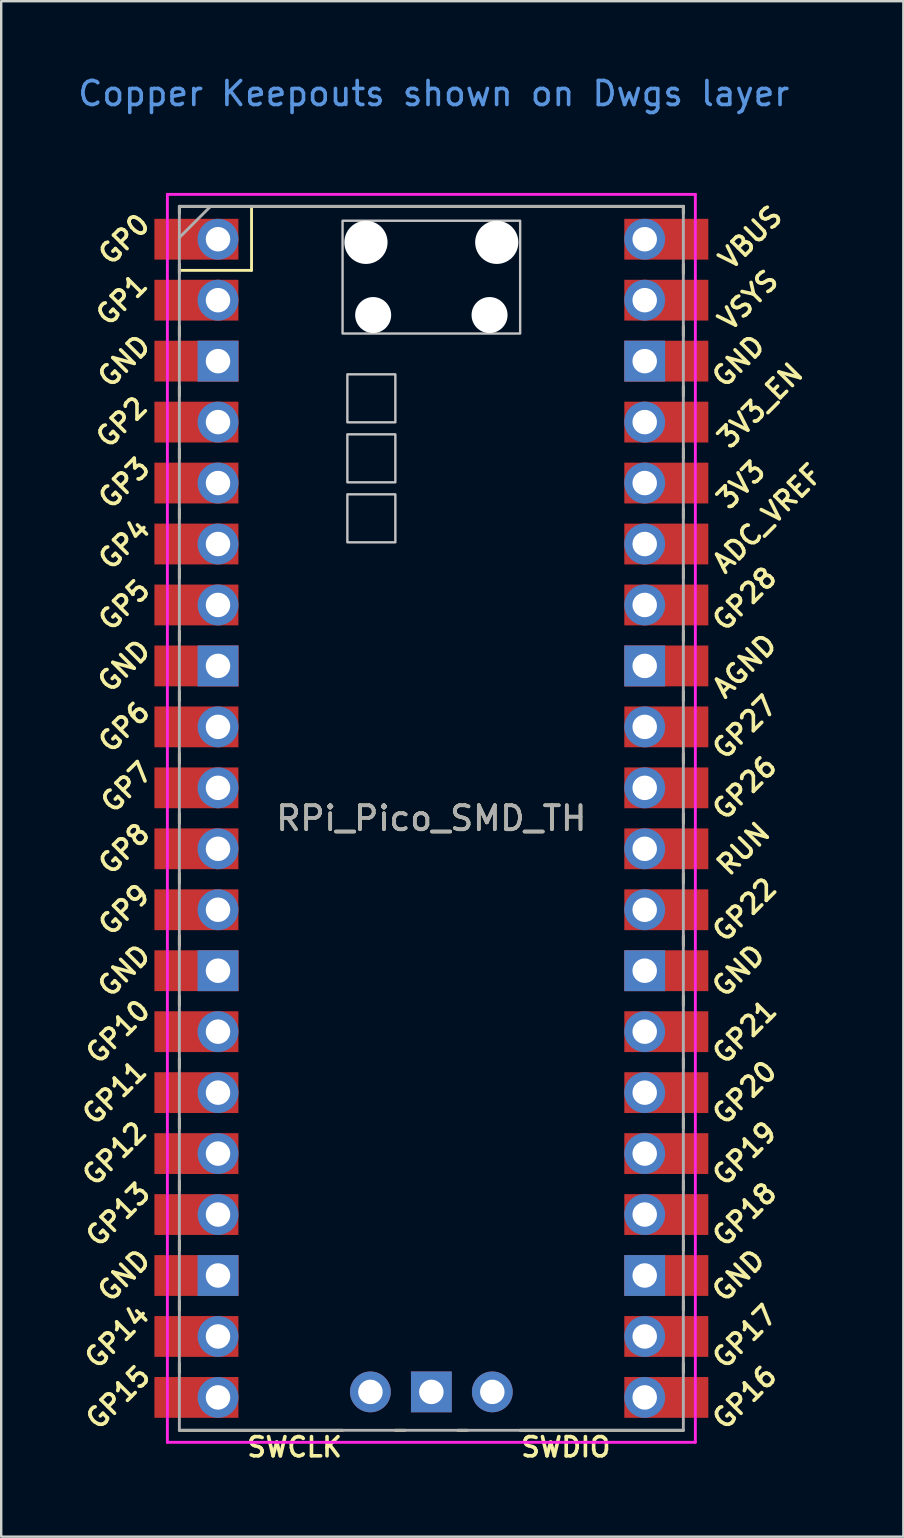
<source format=kicad_pcb>
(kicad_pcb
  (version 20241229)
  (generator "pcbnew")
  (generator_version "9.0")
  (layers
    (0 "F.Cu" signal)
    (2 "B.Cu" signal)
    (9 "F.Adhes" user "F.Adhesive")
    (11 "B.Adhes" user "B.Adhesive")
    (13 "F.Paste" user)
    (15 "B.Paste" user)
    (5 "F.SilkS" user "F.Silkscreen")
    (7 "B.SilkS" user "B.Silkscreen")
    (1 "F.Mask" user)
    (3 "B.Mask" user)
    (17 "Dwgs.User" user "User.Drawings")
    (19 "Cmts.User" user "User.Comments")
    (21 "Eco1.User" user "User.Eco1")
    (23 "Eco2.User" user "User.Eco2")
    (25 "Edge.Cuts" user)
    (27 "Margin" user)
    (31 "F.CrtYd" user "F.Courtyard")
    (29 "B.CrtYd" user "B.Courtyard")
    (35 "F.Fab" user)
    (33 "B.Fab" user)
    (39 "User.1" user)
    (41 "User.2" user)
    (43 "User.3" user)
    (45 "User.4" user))
  (footprint "RPi_Pico_SMD_TH"
    (layer "F.Cu")
    (at 14.924 31.048)
    (property "Reference" "RPi_Pico_SMD_TH" (at 0 0 0) (layer "F.SilkS") (effects (font (size 1 1) (thickness 0.15))))
    (attr through_hole)
    (fp_line (start -10.5 -25.5) (end -10.5 -25.2) (stroke (width 0.12) (type solid)) (layer "F.SilkS"))
    (fp_line (start -10.5 -25.5) (end 10.5 -25.5) (stroke (width 0.12) (type solid)) (layer "F.SilkS"))
    (fp_line (start -10.5 -23.1) (end -10.5 -22.7) (stroke (width 0.12) (type solid)) (layer "F.SilkS"))
    (fp_line (start -10.5 -22.833) (end -7.493 -22.833) (stroke (width 0.12) (type solid)) (layer "F.SilkS"))
    (fp_line (start -10.5 -20.5) (end -10.5 -20.1) (stroke (width 0.12) (type solid)) (layer "F.SilkS"))
    (fp_line (start -10.5 -18) (end -10.5 -17.6) (stroke (width 0.12) (type solid)) (layer "F.SilkS"))
    (fp_line (start -10.5 -15.4) (end -10.5 -15) (stroke (width 0.12) (type solid)) (layer "F.SilkS"))
    (fp_line (start -10.5 -12.9) (end -10.5 -12.5) (stroke (width 0.12) (type solid)) (layer "F.SilkS"))
    (fp_line (start -10.5 -10.4) (end -10.5 -10) (stroke (width 0.12) (type solid)) (layer "F.SilkS"))
    (fp_line (start -10.5 -7.8) (end -10.5 -7.4) (stroke (width 0.12) (type solid)) (layer "F.SilkS"))
    (fp_line (start -10.5 -5.3) (end -10.5 -4.9) (stroke (width 0.12) (type solid)) (layer "F.SilkS"))
    (fp_line (start -10.5 -2.7) (end -10.5 -2.3) (stroke (width 0.12) (type solid)) (layer "F.SilkS"))
    (fp_line (start -10.5 -0.2) (end -10.5 0.2) (stroke (width 0.12) (type solid)) (layer "F.SilkS"))
    (fp_line (start -10.5 2.3) (end -10.5 2.7) (stroke (width 0.12) (type solid)) (layer "F.SilkS"))
    (fp_line (start -10.5 4.9) (end -10.5 5.3) (stroke (width 0.12) (type solid)) (layer "F.SilkS"))
    (fp_line (start -10.5 7.4) (end -10.5 7.8) (stroke (width 0.12) (type solid)) (layer "F.SilkS"))
    (fp_line (start -10.5 10) (end -10.5 10.4) (stroke (width 0.12) (type solid)) (layer "F.SilkS"))
    (fp_line (start -10.5 12.5) (end -10.5 12.9) (stroke (width 0.12) (type solid)) (layer "F.SilkS"))
    (fp_line (start -10.5 15.1) (end -10.5 15.5) (stroke (width 0.12) (type solid)) (layer "F.SilkS"))
    (fp_line (start -10.5 17.6) (end -10.5 18) (stroke (width 0.12) (type solid)) (layer "F.SilkS"))
    (fp_line (start -10.5 20.1) (end -10.5 20.5) (stroke (width 0.12) (type solid)) (layer "F.SilkS"))
    (fp_line (start -10.5 22.7) (end -10.5 23.1) (stroke (width 0.12) (type solid)) (layer "F.SilkS"))
    (fp_line (start -7.493 -22.833) (end -7.493 -25.5) (stroke (width 0.12) (type solid)) (layer "F.SilkS"))
    (fp_line (start -3.7 25.5) (end -10.5 25.5) (stroke (width 0.12) (type solid)) (layer "F.SilkS"))
    (fp_line (start -1.5 25.5) (end -1.1 25.5) (stroke (width 0.12) (type solid)) (layer "F.SilkS"))
    (fp_line (start 1.1 25.5) (end 1.5 25.5) (stroke (width 0.12) (type solid)) (layer "F.SilkS"))
    (fp_line (start 10.5 -25.5) (end 10.5 -25.2) (stroke (width 0.12) (type solid)) (layer "F.SilkS"))
    (fp_line (start 10.5 -23.1) (end 10.5 -22.7) (stroke (width 0.12) (type solid)) (layer "F.SilkS"))
    (fp_line (start 10.5 -20.5) (end 10.5 -20.1) (stroke (width 0.12) (type solid)) (layer "F.SilkS"))
    (fp_line (start 10.5 -18) (end 10.5 -17.6) (stroke (width 0.12) (type solid)) (layer "F.SilkS"))
    (fp_line (start 10.5 -15.4) (end 10.5 -15) (stroke (width 0.12) (type solid)) (layer "F.SilkS"))
    (fp_line (start 10.5 -12.9) (end 10.5 -12.5) (stroke (width 0.12) (type solid)) (layer "F.SilkS"))
    (fp_line (start 10.5 -10.4) (end 10.5 -10) (stroke (width 0.12) (type solid)) (layer "F.SilkS"))
    (fp_line (start 10.5 -7.8) (end 10.5 -7.4) (stroke (width 0.12) (type solid)) (layer "F.SilkS"))
    (fp_line (start 10.5 -5.3) (end 10.5 -4.9) (stroke (width 0.12) (type solid)) (layer "F.SilkS"))
    (fp_line (start 10.5 -2.7) (end 10.5 -2.3) (stroke (width 0.12) (type solid)) (layer "F.SilkS"))
    (fp_line (start 10.5 -0.2) (end 10.5 0.2) (stroke (width 0.12) (type solid)) (layer "F.SilkS"))
    (fp_line (start 10.5 2.3) (end 10.5 2.7) (stroke (width 0.12) (type solid)) (layer "F.SilkS"))
    (fp_line (start 10.5 4.9) (end 10.5 5.3) (stroke (width 0.12) (type solid)) (layer "F.SilkS"))
    (fp_line (start 10.5 7.4) (end 10.5 7.8) (stroke (width 0.12) (type solid)) (layer "F.SilkS"))
    (fp_line (start 10.5 10) (end 10.5 10.4) (stroke (width 0.12) (type solid)) (layer "F.SilkS"))
    (fp_line (start 10.5 12.5) (end 10.5 12.9) (stroke (width 0.12) (type solid)) (layer "F.SilkS"))
    (fp_line (start 10.5 15.1) (end 10.5 15.5) (stroke (width 0.12) (type solid)) (layer "F.SilkS"))
    (fp_line (start 10.5 17.6) (end 10.5 18) (stroke (width 0.12) (type solid)) (layer "F.SilkS"))
    (fp_line (start 10.5 20.1) (end 10.5 20.5) (stroke (width 0.12) (type solid)) (layer "F.SilkS"))
    (fp_line (start 10.5 22.7) (end 10.5 23.1) (stroke (width 0.12) (type solid)) (layer "F.SilkS"))
    (fp_line (start 10.5 25.5) (end 3.7 25.5) (stroke (width 0.12) (type solid)) (layer "F.SilkS"))
    (fp_poly (pts (xy -1.5 -16.5) (xy -3.5 -16.5) (xy -3.5 -18.5) (xy -1.5 -18.5)) (stroke (width 0.1) (type solid)) (fill no) (layer "Dwgs.User"))
    (fp_poly (pts (xy -1.5 -14) (xy -3.5 -14) (xy -3.5 -16) (xy -1.5 -16)) (stroke (width 0.1) (type solid)) (fill no) (layer "Dwgs.User"))
    (fp_poly (pts (xy -1.5 -11.5) (xy -3.5 -11.5) (xy -3.5 -13.5) (xy -1.5 -13.5)) (stroke (width 0.1) (type solid)) (fill no) (layer "Dwgs.User"))
    (fp_poly (pts (xy 3.7 -20.2) (xy -3.7 -20.2) (xy -3.7 -24.9) (xy 3.7 -24.9)) (stroke (width 0.1) (type solid)) (fill no) (layer "Dwgs.User"))
    (fp_line (start -11 -26) (end 11 -26) (stroke (width 0.12) (type solid)) (layer "F.CrtYd"))
    (fp_line (start -11 26) (end -11 -26) (stroke (width 0.12) (type solid)) (layer "F.CrtYd"))
    (fp_line (start 11 -26) (end 11 26) (stroke (width 0.12) (type solid)) (layer "F.CrtYd"))
    (fp_line (start 11 26) (end -11 26) (stroke (width 0.12) (type solid)) (layer "F.CrtYd"))
    (fp_line (start -10.5 -25.5) (end 10.5 -25.5) (stroke (width 0.12) (type solid)) (layer "F.Fab"))
    (fp_line (start -10.5 -24.2) (end -9.2 -25.5) (stroke (width 0.12) (type solid)) (layer "F.Fab"))
    (fp_line (start -10.5 25.5) (end -10.5 -25.5) (stroke (width 0.12) (type solid)) (layer "F.Fab"))
    (fp_line (start 10.5 -25.5) (end 10.5 25.5) (stroke (width 0.12) (type solid)) (layer "F.Fab"))
    (fp_line (start 10.5 25.5) (end -10.5 25.5) (stroke (width 0.12) (type solid)) (layer "F.Fab"))
    (fp_text user "GP20" (at 13.054 11.43 45) (layer "F.SilkS") (effects (font (size 0.8 0.8) (thickness 0.15))))
    (fp_text user "GP17" (at 13.054 21.59 45) (layer "F.SilkS") (effects (font (size 0.8 0.8) (thickness 0.15))))
    (fp_text user "GND" (at 12.8 -19.05 45) (layer "F.SilkS") (effects (font (size 0.8 0.8) (thickness 0.15))))
    (fp_text user "GP21" (at 13.054 8.9 45) (layer "F.SilkS") (effects (font (size 0.8 0.8) (thickness 0.15))))
    (fp_text user "GP10" (at -13.054 8.89 45) (layer "F.SilkS") (effects (font (size 0.8 0.8) (thickness 0.15))))
    (fp_text user "GP19" (at 13.054 13.97 45) (layer "F.SilkS") (effects (font (size 0.8 0.8) (thickness 0.15))))
    (fp_text user "GP18" (at 13.054 16.51 45) (layer "F.SilkS") (effects (font (size 0.8 0.8) (thickness 0.15))))
    (fp_text user "GP22" (at 13.054 3.81 45) (layer "F.SilkS") (effects (font (size 0.8 0.8) (thickness 0.15))))
    (fp_text user "GND" (at 12.8 6.35 45) (layer "F.SilkS") (effects (font (size 0.8 0.8) (thickness 0.15))))
    (fp_text user "SWDIO" (at 5.6 26.2 0) (layer "F.SilkS") (effects (font (size 0.8 0.8) (thickness 0.15))))
    (fp_text user "GP3" (at -12.8 -13.97 45) (layer "F.SilkS") (effects (font (size 0.8 0.8) (thickness 0.15))))
    (fp_text user "GP15" (at -13.054 24.13 45) (layer "F.SilkS") (effects (font (size 0.8 0.8) (thickness 0.15))))
    (fp_text user "GP7" (at -12.7 -1.3 45) (layer "F.SilkS") (effects (font (size 0.8 0.8) (thickness 0.15))))
    (fp_text user "GND" (at 12.8 19.05 45) (layer "F.SilkS") (effects (font (size 0.8 0.8) (thickness 0.15))))
    (fp_text user "GP1" (at -12.9 -21.6 45) (layer "F.SilkS") (effects (font (size 0.8 0.8) (thickness 0.15))))
    (fp_text user "GP9" (at -12.8 3.81 45) (layer "F.SilkS") (effects (font (size 0.8 0.8) (thickness 0.15))))
    (fp_text user "3V3" (at 12.9 -13.9 45) (layer "F.SilkS") (effects (font (size 0.8 0.8) (thickness 0.15))))
    (fp_text user "GP2" (at -12.9 -16.51 45) (layer "F.SilkS") (effects (font (size 0.8 0.8) (thickness 0.15))))
    (fp_text user "GP8" (at -12.8 1.27 45) (layer "F.SilkS") (effects (font (size 0.8 0.8) (thickness 0.15))))
    (fp_text user "VBUS" (at 13.3 -24.2 45) (layer "F.SilkS") (effects (font (size 0.8 0.8) (thickness 0.15))))
    (fp_text user "GP16" (at 13.054 24.13 45) (layer "F.SilkS") (effects (font (size 0.8 0.8) (thickness 0.15))))
    (fp_text user "ADC_VREF" (at 14 -12.5 45) (layer "F.SilkS") (effects (font (size 0.8 0.8) (thickness 0.15))))
    (fp_text user "GP28" (at 13.054 -9.144 45) (layer "F.SilkS") (effects (font (size 0.8 0.8) (thickness 0.15))))
    (fp_text user "GP11" (at -13.2 11.43 45) (layer "F.SilkS") (effects (font (size 0.8 0.8) (thickness 0.15))))
    (fp_text user "GND" (at -12.8 -6.35 45) (layer "F.SilkS") (effects (font (size 0.8 0.8) (thickness 0.15))))
    (fp_text user "GP6" (at -12.8 -3.81 45) (layer "F.SilkS") (effects (font (size 0.8 0.8) (thickness 0.15))))
    (fp_text user "GND" (at -12.8 19.05 45) (layer "F.SilkS") (effects (font (size 0.8 0.8) (thickness 0.15))))
    (fp_text user "VSYS" (at 13.2 -21.59 45) (layer "F.SilkS") (effects (font (size 0.8 0.8) (thickness 0.15))))
    (fp_text user "GP5" (at -12.8 -8.89 45) (layer "F.SilkS") (effects (font (size 0.8 0.8) (thickness 0.15))))
    (fp_text user "AGND" (at 13.054 -6.35 45) (layer "F.SilkS") (effects (font (size 0.8 0.8) (thickness 0.15))))
    (fp_text user "RUN" (at 13 1.27 45) (layer "F.SilkS") (effects (font (size 0.8 0.8) (thickness 0.15))))
    (fp_text user "GP27" (at 13.054 -3.8 45) (layer "F.SilkS") (effects (font (size 0.8 0.8) (thickness 0.15))))
    (fp_text user "GP12" (at -13.2 13.97 45) (layer "F.SilkS") (effects (font (size 0.8 0.8) (thickness 0.15))))
    (fp_text user "GP4" (at -12.8 -11.43 45) (layer "F.SilkS") (effects (font (size 0.8 0.8) (thickness 0.15))))
    (fp_text user "GP13" (at -13.054 16.51 45) (layer "F.SilkS") (effects (font (size 0.8 0.8) (thickness 0.15))))
    (fp_text user "SWCLK" (at -5.7 26.2 0) (layer "F.SilkS") (effects (font (size 0.8 0.8) (thickness 0.15))))
    (fp_text user "GND" (at -12.8 -19.05 45) (layer "F.SilkS") (effects (font (size 0.8 0.8) (thickness 0.15))))
    (fp_text user "GND" (at -12.8 6.35 45) (layer "F.SilkS") (effects (font (size 0.8 0.8) (thickness 0.15))))
    (fp_text user "GP26" (at 13.054 -1.27 45) (layer "F.SilkS") (effects (font (size 0.8 0.8) (thickness 0.15))))
    (fp_text user "3V3_EN" (at 13.7 -17.2 45) (layer "F.SilkS") (effects (font (size 0.8 0.8) (thickness 0.15))))
    (fp_text user "GP14" (at -13.1 21.59 45) (layer "F.SilkS") (effects (font (size 0.8 0.8) (thickness 0.15))))
    (fp_text user "GP0" (at -12.8 -24.13 45) (layer "F.SilkS") (effects (font (size 0.8 0.8) (thickness 0.15))))
    (fp_text user "Copper Keepouts shown on Dwgs layer" (at 0.1 -30.2 0) (layer "Cmts.User") (effects (font (size 1 1) (thickness 0.15))))
    (fp_text user "${REFERENCE}" (at 0 0 180) (layer "F.Fab") (effects (font (size 1 1) (thickness 0.15))))
    (pad "" np_thru_hole oval (at -2.725 -24) (size 1.8 1.8) (drill 1.8) (layers "*.Cu" "*.Mask"))
    (pad "" np_thru_hole oval (at -2.425 -20.97) (size 1.5 1.5) (drill 1.5) (layers "*.Cu" "*.Mask"))
    (pad "" np_thru_hole oval (at 2.425 -20.97) (size 1.5 1.5) (drill 1.5) (layers "*.Cu" "*.Mask"))
    (pad "" np_thru_hole oval (at 2.725 -24) (size 1.8 1.8) (drill 1.8) (layers "*.Cu" "*.Mask"))
    (pad "1" thru_hole oval (at -8.89 -24.13) (size 1.7 1.7) (drill 1.02) (layers "*.Cu" "*.Mask"))
    (pad "1" smd rect (at -8.89 -24.13) (size 3.5 1.7) (drill (offset -0.9 0)) (layers "F.Cu" "F.Mask"))
    (pad "2" thru_hole oval (at -8.89 -21.59) (size 1.7 1.7) (drill 1.02) (layers "*.Cu" "*.Mask"))
    (pad "2" smd rect (at -8.89 -21.59) (size 3.5 1.7) (drill (offset -0.9 0)) (layers "F.Cu" "F.Mask"))
    (pad "3" thru_hole rect (at -8.89 -19.05) (size 1.7 1.7) (drill 1.02) (layers "*.Cu" "*.Mask"))
    (pad "3" smd rect (at -8.89 -19.05) (size 3.5 1.7) (drill (offset -0.9 0)) (layers "F.Cu" "F.Mask"))
    (pad "4" thru_hole oval (at -8.89 -16.51) (size 1.7 1.7) (drill 1.02) (layers "*.Cu" "*.Mask"))
    (pad "4" smd rect (at -8.89 -16.51) (size 3.5 1.7) (drill (offset -0.9 0)) (layers "F.Cu" "F.Mask"))
    (pad "5" thru_hole oval (at -8.89 -13.97) (size 1.7 1.7) (drill 1.02) (layers "*.Cu" "*.Mask"))
    (pad "5" smd rect (at -8.89 -13.97) (size 3.5 1.7) (drill (offset -0.9 0)) (layers "F.Cu" "F.Mask"))
    (pad "6" thru_hole oval (at -8.89 -11.43) (size 1.7 1.7) (drill 1.02) (layers "*.Cu" "*.Mask"))
    (pad "6" smd rect (at -8.89 -11.43) (size 3.5 1.7) (drill (offset -0.9 0)) (layers "F.Cu" "F.Mask"))
    (pad "7" thru_hole oval (at -8.89 -8.89) (size 1.7 1.7) (drill 1.02) (layers "*.Cu" "*.Mask"))
    (pad "7" smd rect (at -8.89 -8.89) (size 3.5 1.7) (drill (offset -0.9 0)) (layers "F.Cu" "F.Mask"))
    (pad "8" thru_hole rect (at -8.89 -6.35) (size 1.7 1.7) (drill 1.02) (layers "*.Cu" "*.Mask"))
    (pad "8" smd rect (at -8.89 -6.35) (size 3.5 1.7) (drill (offset -0.9 0)) (layers "F.Cu" "F.Mask"))
    (pad "9" thru_hole oval (at -8.89 -3.81) (size 1.7 1.7) (drill 1.02) (layers "*.Cu" "*.Mask"))
    (pad "9" smd rect (at -8.89 -3.81) (size 3.5 1.7) (drill (offset -0.9 0)) (layers "F.Cu" "F.Mask"))
    (pad "10" thru_hole oval (at -8.89 -1.27) (size 1.7 1.7) (drill 1.02) (layers "*.Cu" "*.Mask"))
    (pad "10" smd rect (at -8.89 -1.27) (size 3.5 1.7) (drill (offset -0.9 0)) (layers "F.Cu" "F.Mask"))
    (pad "11" thru_hole oval (at -8.89 1.27) (size 1.7 1.7) (drill 1.02) (layers "*.Cu" "*.Mask"))
    (pad "11" smd rect (at -8.89 1.27) (size 3.5 1.7) (drill (offset -0.9 0)) (layers "F.Cu" "F.Mask"))
    (pad "12" thru_hole oval (at -8.89 3.81) (size 1.7 1.7) (drill 1.02) (layers "*.Cu" "*.Mask"))
    (pad "12" smd rect (at -8.89 3.81) (size 3.5 1.7) (drill (offset -0.9 0)) (layers "F.Cu" "F.Mask"))
    (pad "13" thru_hole rect (at -8.89 6.35) (size 1.7 1.7) (drill 1.02) (layers "*.Cu" "*.Mask"))
    (pad "13" smd rect (at -8.89 6.35) (size 3.5 1.7) (drill (offset -0.9 0)) (layers "F.Cu" "F.Mask"))
    (pad "14" thru_hole oval (at -8.89 8.89) (size 1.7 1.7) (drill 1.02) (layers "*.Cu" "*.Mask"))
    (pad "14" smd rect (at -8.89 8.89) (size 3.5 1.7) (drill (offset -0.9 0)) (layers "F.Cu" "F.Mask"))
    (pad "15" thru_hole oval (at -8.89 11.43) (size 1.7 1.7) (drill 1.02) (layers "*.Cu" "*.Mask"))
    (pad "15" smd rect (at -8.89 11.43) (size 3.5 1.7) (drill (offset -0.9 0)) (layers "F.Cu" "F.Mask"))
    (pad "16" thru_hole oval (at -8.89 13.97) (size 1.7 1.7) (drill 1.02) (layers "*.Cu" "*.Mask"))
    (pad "16" smd rect (at -8.89 13.97) (size 3.5 1.7) (drill (offset -0.9 0)) (layers "F.Cu" "F.Mask"))
    (pad "17" thru_hole oval (at -8.89 16.51) (size 1.7 1.7) (drill 1.02) (layers "*.Cu" "*.Mask"))
    (pad "17" smd rect (at -8.89 16.51) (size 3.5 1.7) (drill (offset -0.9 0)) (layers "F.Cu" "F.Mask"))
    (pad "18" thru_hole rect (at -8.89 19.05) (size 1.7 1.7) (drill 1.02) (layers "*.Cu" "*.Mask"))
    (pad "18" smd rect (at -8.89 19.05) (size 3.5 1.7) (drill (offset -0.9 0)) (layers "F.Cu" "F.Mask"))
    (pad "19" thru_hole oval (at -8.89 21.59) (size 1.7 1.7) (drill 1.02) (layers "*.Cu" "*.Mask"))
    (pad "19" smd rect (at -8.89 21.59) (size 3.5 1.7) (drill (offset -0.9 0)) (layers "F.Cu" "F.Mask"))
    (pad "20" thru_hole oval (at -8.89 24.13) (size 1.7 1.7) (drill 1.02) (layers "*.Cu" "*.Mask"))
    (pad "20" smd rect (at -8.89 24.13) (size 3.5 1.7) (drill (offset -0.9 0)) (layers "F.Cu" "F.Mask"))
    (pad "21" thru_hole oval (at 8.89 24.13) (size 1.7 1.7) (drill 1.02) (layers "*.Cu" "*.Mask"))
    (pad "21" smd rect (at 8.89 24.13) (size 3.5 1.7) (drill (offset 0.9 0)) (layers "F.Cu" "F.Mask"))
    (pad "22" thru_hole oval (at 8.89 21.59) (size 1.7 1.7) (drill 1.02) (layers "*.Cu" "*.Mask"))
    (pad "22" smd rect (at 8.89 21.59) (size 3.5 1.7) (drill (offset 0.9 0)) (layers "F.Cu" "F.Mask"))
    (pad "23" thru_hole rect (at 8.89 19.05) (size 1.7 1.7) (drill 1.02) (layers "*.Cu" "*.Mask"))
    (pad "23" smd rect (at 8.89 19.05) (size 3.5 1.7) (drill (offset 0.9 0)) (layers "F.Cu" "F.Mask"))
    (pad "24" thru_hole oval (at 8.89 16.51) (size 1.7 1.7) (drill 1.02) (layers "*.Cu" "*.Mask"))
    (pad "24" smd rect (at 8.89 16.51) (size 3.5 1.7) (drill (offset 0.9 0)) (layers "F.Cu" "F.Mask"))
    (pad "25" thru_hole oval (at 8.89 13.97) (size 1.7 1.7) (drill 1.02) (layers "*.Cu" "*.Mask"))
    (pad "25" smd rect (at 8.89 13.97) (size 3.5 1.7) (drill (offset 0.9 0)) (layers "F.Cu" "F.Mask"))
    (pad "26" thru_hole oval (at 8.89 11.43) (size 1.7 1.7) (drill 1.02) (layers "*.Cu" "*.Mask"))
    (pad "26" smd rect (at 8.89 11.43) (size 3.5 1.7) (drill (offset 0.9 0)) (layers "F.Cu" "F.Mask"))
    (pad "27" thru_hole oval (at 8.89 8.89) (size 1.7 1.7) (drill 1.02) (layers "*.Cu" "*.Mask"))
    (pad "27" smd rect (at 8.89 8.89) (size 3.5 1.7) (drill (offset 0.9 0)) (layers "F.Cu" "F.Mask"))
    (pad "28" thru_hole rect (at 8.89 6.35) (size 1.7 1.7) (drill 1.02) (layers "*.Cu" "*.Mask"))
    (pad "28" smd rect (at 8.89 6.35) (size 3.5 1.7) (drill (offset 0.9 0)) (layers "F.Cu" "F.Mask"))
    (pad "29" thru_hole oval (at 8.89 3.81) (size 1.7 1.7) (drill 1.02) (layers "*.Cu" "*.Mask"))
    (pad "29" smd rect (at 8.89 3.81) (size 3.5 1.7) (drill (offset 0.9 0)) (layers "F.Cu" "F.Mask"))
    (pad "30" thru_hole oval (at 8.89 1.27) (size 1.7 1.7) (drill 1.02) (layers "*.Cu" "*.Mask"))
    (pad "30" smd rect (at 8.89 1.27) (size 3.5 1.7) (drill (offset 0.9 0)) (layers "F.Cu" "F.Mask"))
    (pad "31" thru_hole oval (at 8.89 -1.27) (size 1.7 1.7) (drill 1.02) (layers "*.Cu" "*.Mask"))
    (pad "31" smd rect (at 8.89 -1.27) (size 3.5 1.7) (drill (offset 0.9 0)) (layers "F.Cu" "F.Mask"))
    (pad "32" thru_hole oval (at 8.89 -3.81) (size 1.7 1.7) (drill 1.02) (layers "*.Cu" "*.Mask"))
    (pad "32" smd rect (at 8.89 -3.81) (size 3.5 1.7) (drill (offset 0.9 0)) (layers "F.Cu" "F.Mask"))
    (pad "33" thru_hole rect (at 8.89 -6.35) (size 1.7 1.7) (drill 1.02) (layers "*.Cu" "*.Mask"))
    (pad "33" smd rect (at 8.89 -6.35) (size 3.5 1.7) (drill (offset 0.9 0)) (layers "F.Cu" "F.Mask"))
    (pad "34" thru_hole oval (at 8.89 -8.89) (size 1.7 1.7) (drill 1.02) (layers "*.Cu" "*.Mask"))
    (pad "34" smd rect (at 8.89 -8.89) (size 3.5 1.7) (drill (offset 0.9 0)) (layers "F.Cu" "F.Mask"))
    (pad "35" thru_hole oval (at 8.89 -11.43) (size 1.7 1.7) (drill 1.02) (layers "*.Cu" "*.Mask"))
    (pad "35" smd rect (at 8.89 -11.43) (size 3.5 1.7) (drill (offset 0.9 0)) (layers "F.Cu" "F.Mask"))
    (pad "36" thru_hole oval (at 8.89 -13.97) (size 1.7 1.7) (drill 1.02) (layers "*.Cu" "*.Mask"))
    (pad "36" smd rect (at 8.89 -13.97) (size 3.5 1.7) (drill (offset 0.9 0)) (layers "F.Cu" "F.Mask"))
    (pad "37" thru_hole oval (at 8.89 -16.51) (size 1.7 1.7) (drill 1.02) (layers "*.Cu" "*.Mask"))
    (pad "37" smd rect (at 8.89 -16.51) (size 3.5 1.7) (drill (offset 0.9 0)) (layers "F.Cu" "F.Mask"))
    (pad "38" thru_hole rect (at 8.89 -19.05) (size 1.7 1.7) (drill 1.02) (layers "*.Cu" "*.Mask"))
    (pad "38" smd rect (at 8.89 -19.05) (size 3.5 1.7) (drill (offset 0.9 0)) (layers "F.Cu" "F.Mask"))
    (pad "39" thru_hole oval (at 8.89 -21.59) (size 1.7 1.7) (drill 1.02) (layers "*.Cu" "*.Mask"))
    (pad "39" smd rect (at 8.89 -21.59) (size 3.5 1.7) (drill (offset 0.9 0)) (layers "F.Cu" "F.Mask"))
    (pad "40" thru_hole oval (at 8.89 -24.13) (size 1.7 1.7) (drill 1.02) (layers "*.Cu" "*.Mask"))
    (pad "40" smd rect (at 8.89 -24.13) (size 3.5 1.7) (drill (offset 0.9 0)) (layers "F.Cu" "F.Mask"))
    (pad "41" thru_hole oval (at -2.54 23.9) (size 1.7 1.7) (drill 1.02) (layers "*.Cu" "*.Mask"))
    (pad "42" thru_hole rect (at 0 23.9) (size 1.7 1.7) (drill 1.02) (layers "*.Cu" "*.Mask"))
    (pad "43" thru_hole oval (at 2.54 23.9) (size 1.7 1.7) (drill 1.02) (layers "*.Cu" "*.Mask")))
  (gr_rect
    (start -3 -3)
    (end 34.591 60.98)
    (stroke (width 0.1) (type default))
    (fill no)
    (layer "Edge.Cuts")))
</source>
